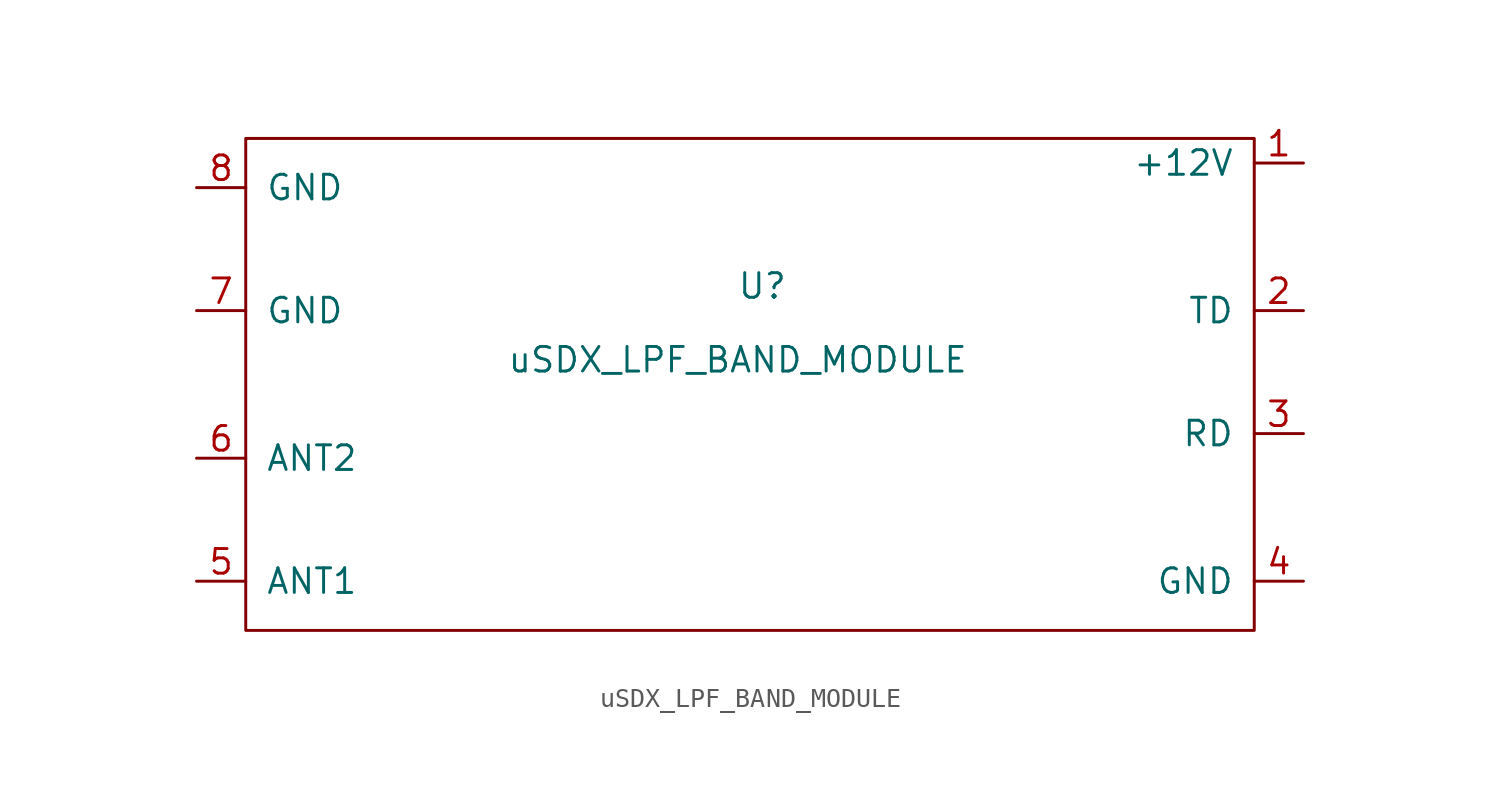
<source format=kicad_sym>
(kicad_symbol_lib
  (version 20211014)
  (generator kicad_symbol_editor)
  (symbol "uSDX_LPF_BAND_MODULE"
    (pin_names
      (offset 1.016))
    (property "Reference" "U"
      (at 0 5.08 0)
      (effects (font (size 1.27 1.27))))
    (property "Value" "uSDX_LPF_BAND_MODULE"
      (at -1.27 1.27 0)
      (effects (font (size 1.27 1.27))))
    (symbol "uSDX_LPF_BAND_MODULE_0_1"
      (polyline (pts (xy -25.4 12.7) (xy 25.4 12.7) (xy 25.4 -12.7) (xy -26.67 -12.7) (xy -26.67 12.7) (xy -25.4 12.7)) (stroke (width 0) (type default) (color 0 0 0 0)) (fill (type none))))
    (symbol "uSDX_LPF_BAND_MODULE_1_1"
      (pin input line (at 27.94 11.43 180) (length 2.54) (name "+12V" (effects (font (size 1.27 1.27)))) (number "1" (effects (font (size 1.27 1.27)))))
      (pin input line (at 27.94 3.81 180) (length 2.54) (name "TD" (effects (font (size 1.27 1.27)))) (number "2" (effects (font (size 1.27 1.27)))))
      (pin input line (at 27.94 -2.54 180) (length 2.54) (name "RD" (effects (font (size 1.27 1.27)))) (number "3" (effects (font (size 1.27 1.27)))))
      (pin input line (at 27.94 -10.16 180) (length 2.54) (name "GND" (effects (font (size 1.27 1.27)))) (number "4" (effects (font (size 1.27 1.27)))))
      (pin input line (at -29.21 -10.16 0) (length 2.54) (name "ANT1" (effects (font (size 1.27 1.27)))) (number "5" (effects (font (size 1.27 1.27)))))
      (pin input line (at -29.21 -3.81 0) (length 2.54) (name "ANT2" (effects (font (size 1.27 1.27)))) (number "6" (effects (font (size 1.27 1.27)))))
      (pin input line (at -29.21 3.81 0) (length 2.54) (name "GND" (effects (font (size 1.27 1.27)))) (number "7" (effects (font (size 1.27 1.27)))))
      (pin input line (at -29.21 10.16 0) (length 2.54) (name "GND" (effects (font (size 1.27 1.27)))) (number "8" (effects (font (size 1.27 1.27))))))))
</source>
